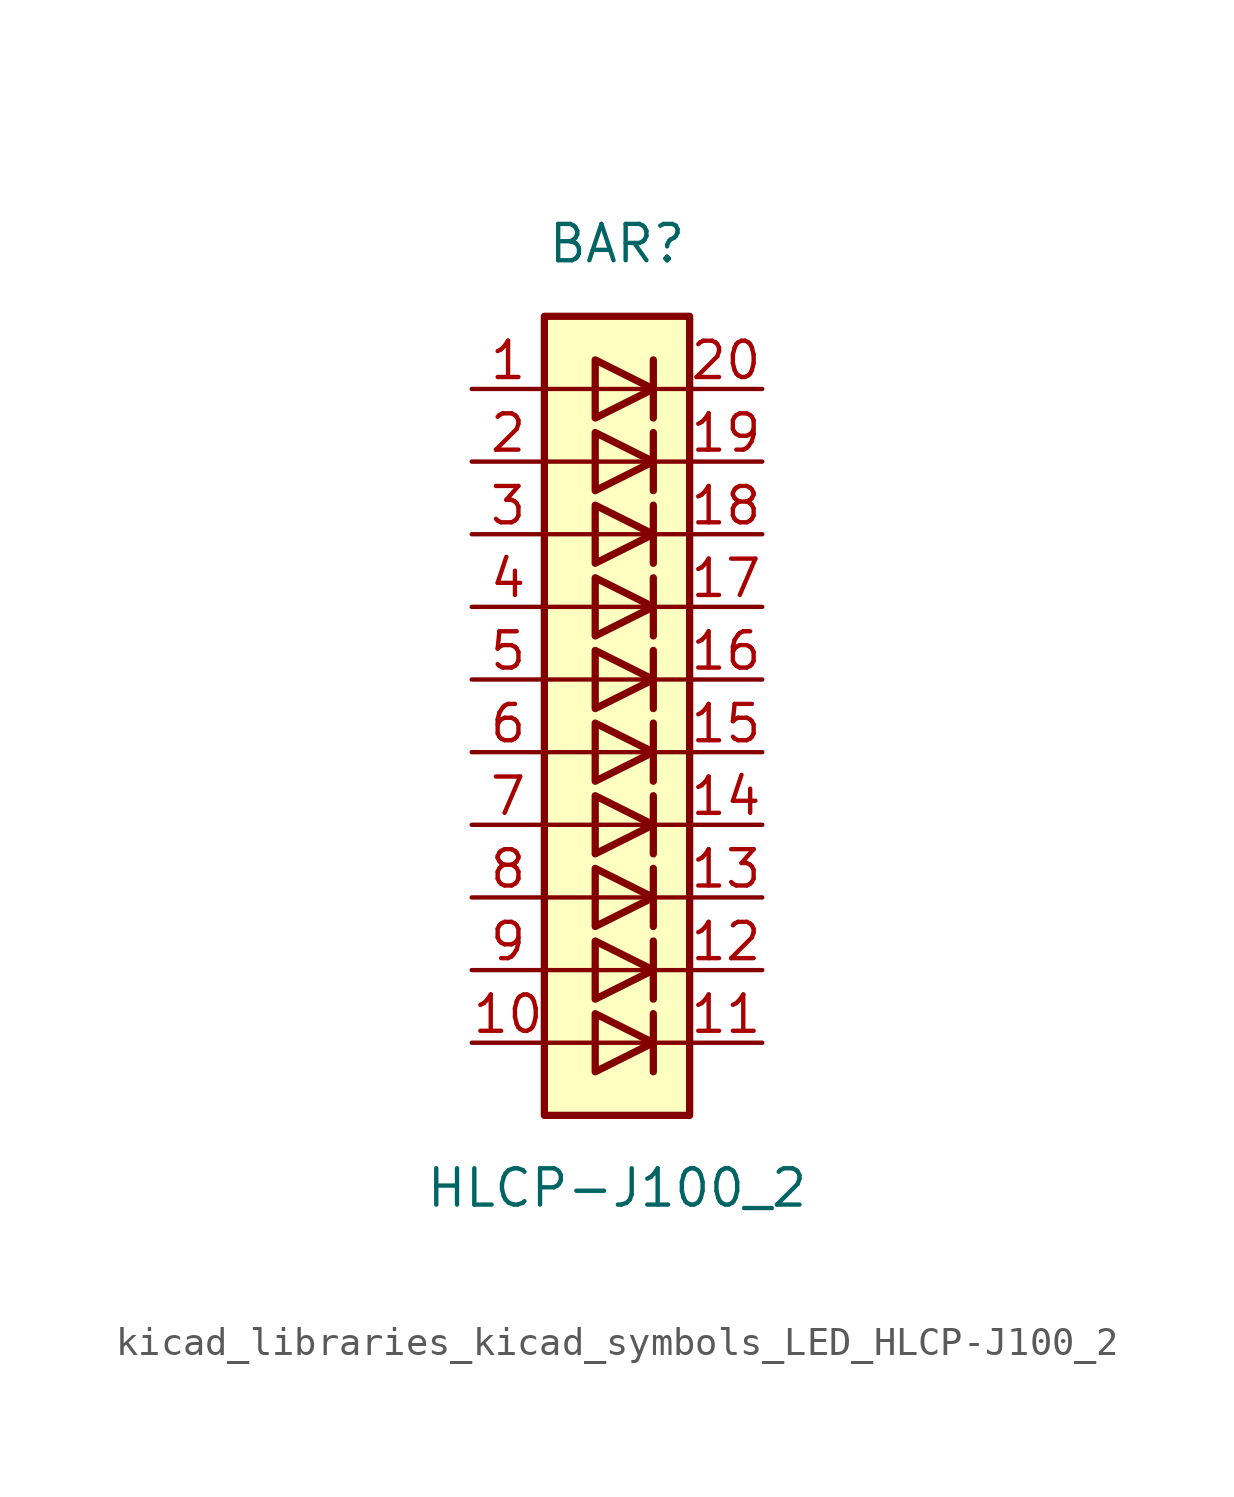
<source format=kicad_sym>
(kicad_symbol_lib
  (version 20220914)
  (generator kicad_symbol_editor)
  (symbol "kicad_libraries_kicad_symbols_LED_HLCP-J100_2"
    (pin_names
      (offset 1.016) hide)
    (property "Reference" "BAR"
      (at 0 15.24 0)
      (effects (font (size 1.27 1.27))))
    (property "Value" "HLCP-J100_2"
      (at 0 -17.78 0)
      (effects (font (size 1.27 1.27))))
    (symbol "kicad_libraries_kicad_symbols_LED_HLCP-J100_2_0_1"
      (rectangle (start -2.54 12.7) (end 2.54 -15.24) (stroke (width 0.254) (type default)) (fill (type background)))
      (polyline (pts (xy -2.54 -12.7) (xy 2.54 -12.7)) (stroke (width 0) (type default)) (fill (type none)))
      (polyline (pts (xy -2.54 -10.16) (xy 2.54 -10.16)) (stroke (width 0) (type default)) (fill (type none)))
      (polyline (pts (xy -2.54 -7.62) (xy 2.54 -7.62)) (stroke (width 0) (type default)) (fill (type none)))
      (polyline (pts (xy -2.54 -5.08) (xy 2.54 -5.08)) (stroke (width 0) (type default)) (fill (type none)))
      (polyline (pts (xy -2.54 0) (xy 2.54 0)) (stroke (width 0) (type default)) (fill (type none)))
      (polyline (pts (xy -2.54 5.08) (xy 2.54 5.08)) (stroke (width 0) (type default)) (fill (type none)))
      (polyline (pts (xy -2.54 7.62) (xy 2.54 7.62)) (stroke (width 0) (type default)) (fill (type none)))
      (polyline (pts (xy -2.54 10.16) (xy 2.54 10.16)) (stroke (width 0) (type default)) (fill (type none)))
      (polyline (pts (xy 1.27 -11.684) (xy 1.27 -13.716)) (stroke (width 0.254) (type default)) (fill (type none)))
      (polyline (pts (xy 1.27 -9.144) (xy 1.27 -11.176)) (stroke (width 0.254) (type default)) (fill (type none)))
      (polyline (pts (xy 1.27 -6.604) (xy 1.27 -8.636)) (stroke (width 0.254) (type default)) (fill (type none)))
      (polyline (pts (xy 1.27 -4.064) (xy 1.27 -6.096)) (stroke (width 0.254) (type default)) (fill (type none)))
      (polyline (pts (xy 1.27 -1.524) (xy 1.27 -3.556)) (stroke (width 0.254) (type default)) (fill (type none)))
      (polyline (pts (xy 1.27 1.016) (xy 1.27 -1.016)) (stroke (width 0.254) (type default)) (fill (type none)))
      (polyline (pts (xy 1.27 3.556) (xy 1.27 1.524)) (stroke (width 0.254) (type default)) (fill (type none)))
      (polyline (pts (xy 1.27 6.096) (xy 1.27 4.064)) (stroke (width 0.254) (type default)) (fill (type none)))
      (polyline (pts (xy 1.27 8.636) (xy 1.27 6.604)) (stroke (width 0.254) (type default)) (fill (type none)))
      (polyline (pts (xy 1.27 11.176) (xy 1.27 9.144)) (stroke (width 0.254) (type default)) (fill (type none)))
      (polyline (pts (xy 2.54 -2.54) (xy -2.54 -2.54)) (stroke (width 0) (type default)) (fill (type none)))
      (polyline (pts (xy 2.54 2.54) (xy -2.54 2.54)) (stroke (width 0) (type default)) (fill (type none)))
      (polyline (pts (xy -0.762 -11.684) (xy -0.762 -13.716) (xy 1.27 -12.7) (xy -0.762 -11.684)) (stroke (width 0.254) (type default)) (fill (type none)))
      (polyline (pts (xy -0.762 -9.144) (xy -0.762 -11.176) (xy 1.27 -10.16) (xy -0.762 -9.144)) (stroke (width 0.254) (type default)) (fill (type none)))
      (polyline (pts (xy -0.762 -6.604) (xy -0.762 -8.636) (xy 1.27 -7.62) (xy -0.762 -6.604)) (stroke (width 0.254) (type default)) (fill (type none)))
      (polyline (pts (xy -0.762 -4.064) (xy -0.762 -6.096) (xy 1.27 -5.08) (xy -0.762 -4.064)) (stroke (width 0.254) (type default)) (fill (type none)))
      (polyline (pts (xy -0.762 -1.524) (xy -0.762 -3.556) (xy 1.27 -2.54) (xy -0.762 -1.524)) (stroke (width 0.254) (type default)) (fill (type none)))
      (polyline (pts (xy -0.762 1.016) (xy -0.762 -1.016) (xy 1.27 0) (xy -0.762 1.016)) (stroke (width 0.254) (type default)) (fill (type none)))
      (polyline (pts (xy -0.762 3.556) (xy -0.762 1.524) (xy 1.27 2.54) (xy -0.762 3.556)) (stroke (width 0.254) (type default)) (fill (type none)))
      (polyline (pts (xy -0.762 6.096) (xy -0.762 4.064) (xy 1.27 5.08) (xy -0.762 6.096)) (stroke (width 0.254) (type default)) (fill (type none)))
      (polyline (pts (xy -0.762 8.636) (xy -0.762 6.604) (xy 1.27 7.62) (xy -0.762 8.636)) (stroke (width 0.254) (type default)) (fill (type none)))
      (polyline (pts (xy -0.762 11.176) (xy -0.762 9.144) (xy 1.27 10.16) (xy -0.762 11.176)) (stroke (width 0.254) (type default)) (fill (type none))))
    (symbol "kicad_libraries_kicad_symbols_LED_HLCP-J100_2_1_1"
      (pin passive line (at -5.08 10.16 0) (length 2.54) (name "A" (effects (font (size 1.27 1.27)))) (number "1" (effects (font (size 1.27 1.27)))))
      (pin passive line (at -5.08 -12.7 0) (length 2.54) (name "A" (effects (font (size 1.27 1.27)))) (number "10" (effects (font (size 1.27 1.27)))))
      (pin passive line (at 5.08 -12.7 180) (length 2.54) (name "K" (effects (font (size 1.27 1.27)))) (number "11" (effects (font (size 1.27 1.27)))))
      (pin passive line (at 5.08 -10.16 180) (length 2.54) (name "K" (effects (font (size 1.27 1.27)))) (number "12" (effects (font (size 1.27 1.27)))))
      (pin passive line (at 5.08 -7.62 180) (length 2.54) (name "K" (effects (font (size 1.27 1.27)))) (number "13" (effects (font (size 1.27 1.27)))))
      (pin passive line (at 5.08 -5.08 180) (length 2.54) (name "K" (effects (font (size 1.27 1.27)))) (number "14" (effects (font (size 1.27 1.27)))))
      (pin passive line (at 5.08 -2.54 180) (length 2.54) (name "K" (effects (font (size 1.27 1.27)))) (number "15" (effects (font (size 1.27 1.27)))))
      (pin passive line (at 5.08 0 180) (length 2.54) (name "K" (effects (font (size 1.27 1.27)))) (number "16" (effects (font (size 1.27 1.27)))))
      (pin passive line (at 5.08 2.54 180) (length 2.54) (name "K" (effects (font (size 1.27 1.27)))) (number "17" (effects (font (size 1.27 1.27)))))
      (pin passive line (at 5.08 5.08 180) (length 2.54) (name "K" (effects (font (size 1.27 1.27)))) (number "18" (effects (font (size 1.27 1.27)))))
      (pin passive line (at 5.08 7.62 180) (length 2.54) (name "K" (effects (font (size 1.27 1.27)))) (number "19" (effects (font (size 1.27 1.27)))))
      (pin passive line (at -5.08 7.62 0) (length 2.54) (name "A" (effects (font (size 1.27 1.27)))) (number "2" (effects (font (size 1.27 1.27)))))
      (pin passive line (at 5.08 10.16 180) (length 2.54) (name "K" (effects (font (size 1.27 1.27)))) (number "20" (effects (font (size 1.27 1.27)))))
      (pin passive line (at -5.08 5.08 0) (length 2.54) (name "A" (effects (font (size 1.27 1.27)))) (number "3" (effects (font (size 1.27 1.27)))))
      (pin passive line (at -5.08 2.54 0) (length 2.54) (name "A" (effects (font (size 1.27 1.27)))) (number "4" (effects (font (size 1.27 1.27)))))
      (pin passive line (at -5.08 0 0) (length 2.54) (name "A" (effects (font (size 1.27 1.27)))) (number "5" (effects (font (size 1.27 1.27)))))
      (pin passive line (at -5.08 -2.54 0) (length 2.54) (name "A" (effects (font (size 1.27 1.27)))) (number "6" (effects (font (size 1.27 1.27)))))
      (pin passive line (at -5.08 -5.08 0) (length 2.54) (name "A" (effects (font (size 1.27 1.27)))) (number "7" (effects (font (size 1.27 1.27)))))
      (pin passive line (at -5.08 -7.62 0) (length 2.54) (name "A" (effects (font (size 1.27 1.27)))) (number "8" (effects (font (size 1.27 1.27)))))
      (pin passive line (at -5.08 -10.16 0) (length 2.54) (name "A" (effects (font (size 1.27 1.27)))) (number "9" (effects (font (size 1.27 1.27))))))))
</source>
